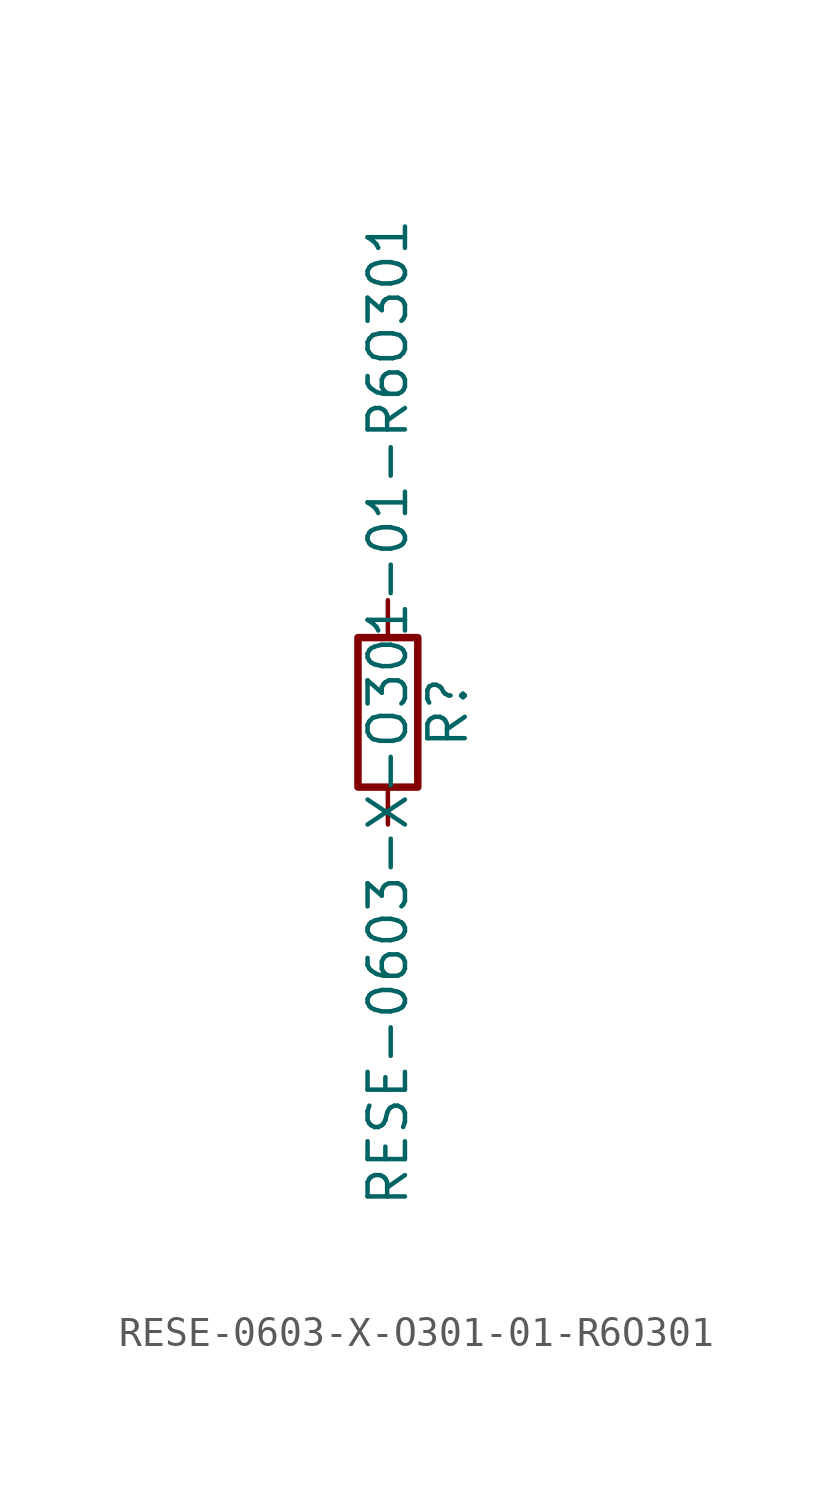
<source format=kicad_sym>
(kicad_symbol_lib
  (version 20211014)
  (generator kicad_symbol_editor)
  (symbol "RESE-0603-X-O301-01-R6O301"
    (pin_numbers hide)
    (pin_names
      (offset 0))
    (property "Reference" "R"
      (at 2.032 0 90)
      (effects (font (size 1.27 1.27))))
    (property "Value" "RESE-0603-X-O301-01-R6O301"
      (at 0 0 90)
      (effects (font (size 1.27 1.27))))
    (symbol "RESE-0603-X-O301-01-R6O301_0_1"
      (rectangle (start -1.016 -2.54) (end 1.016 2.54) (stroke (width 0.254) (type default) (color 0 0 0 0)) (fill (type none))))
    (symbol "RESE-0603-X-O301-01-R6O301_1_1"
      (pin passive line (at 0 3.81 270) (length 1.27) (name "~" (effects (font (size 1.27 1.27)))) (number "1" (effects (font (size 1.27 1.27)))))
      (pin passive line (at 0 -3.81 90) (length 1.27) (name "~" (effects (font (size 1.27 1.27)))) (number "2" (effects (font (size 1.27 1.27))))))))
</source>
